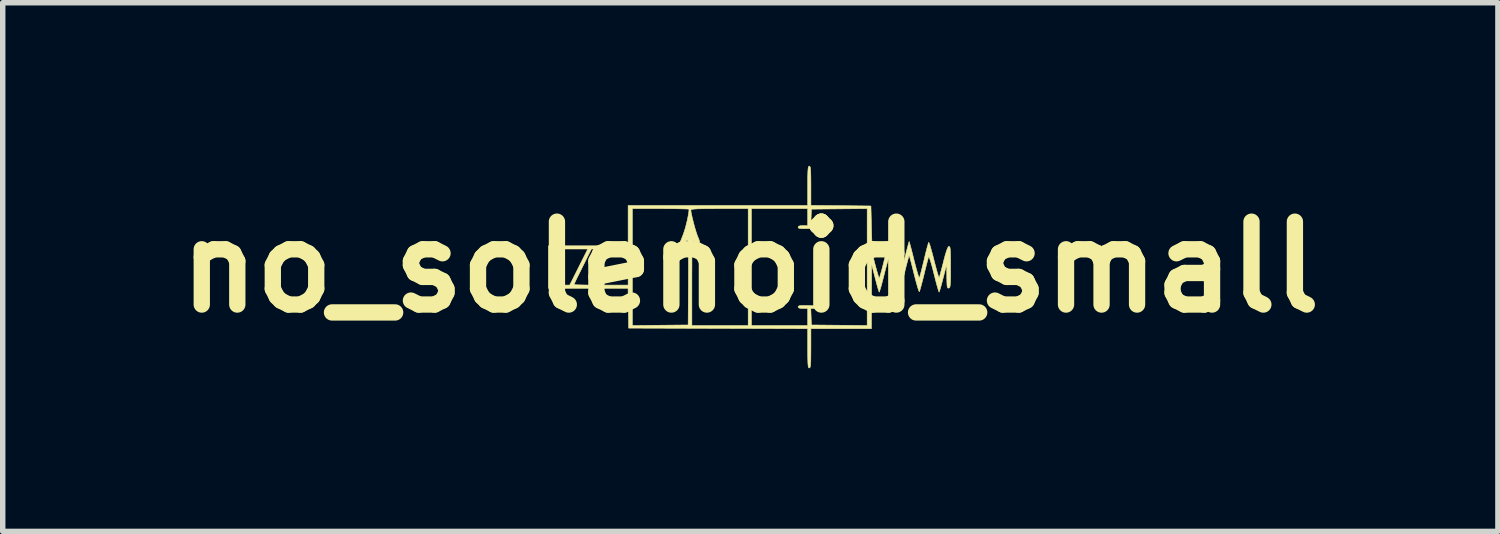
<source format=kicad_pcb>
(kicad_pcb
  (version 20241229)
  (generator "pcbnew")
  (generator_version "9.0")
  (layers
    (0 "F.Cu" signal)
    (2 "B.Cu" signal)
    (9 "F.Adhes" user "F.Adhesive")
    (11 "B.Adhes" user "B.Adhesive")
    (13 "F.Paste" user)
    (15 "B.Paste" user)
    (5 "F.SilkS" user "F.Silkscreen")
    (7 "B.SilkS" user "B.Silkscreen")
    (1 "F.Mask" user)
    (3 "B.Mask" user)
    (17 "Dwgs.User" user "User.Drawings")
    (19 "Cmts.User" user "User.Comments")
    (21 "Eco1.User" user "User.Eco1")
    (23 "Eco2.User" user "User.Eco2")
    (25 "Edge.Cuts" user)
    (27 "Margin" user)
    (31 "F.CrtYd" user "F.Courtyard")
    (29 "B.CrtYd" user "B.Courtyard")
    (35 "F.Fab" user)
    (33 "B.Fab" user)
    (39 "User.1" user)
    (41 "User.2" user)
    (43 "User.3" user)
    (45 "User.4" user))
  (footprint "no_solenoid_small"
    (layer "F.Cu")
    (at 10.748 1.861)
    (property "Reference" "no_solenoid_small" (at 0 0 0) (layer "F.SilkS") (effects (font (size 1.524 1.524) (thickness 0.3))))
    (attr through_hole)
    (fp_poly (pts (xy 1.095 -1.851) (xy 1.103 -1.833) (xy 1.108 -1.797) (xy 1.111 -1.738) (xy 1.113 -1.651) (xy 1.114 -1.532) (xy 1.114 -1.495) (xy 1.114 -1.134) (xy 1.666 -1.129) (xy 2.218 -1.123) (xy 2.229 -0.684) (xy 2.233 -0.538) (xy 2.238 -0.423) (xy 2.243 -0.333) (xy 2.25 -0.259) (xy 2.26 -0.194) (xy 2.273 -0.13) (xy 2.291 -0.06) (xy 2.301 -0.023) (xy 2.325 0.065) (xy 2.346 0.137) (xy 2.362 0.187) (xy 2.369 0.207) (xy 2.377 0.192) (xy 2.391 0.145) (xy 2.412 0.071) (xy 2.437 -0.023) (xy 2.463 -0.127) (xy 2.49 -0.234) (xy 2.516 -0.325) (xy 2.537 -0.394) (xy 2.553 -0.436) (xy 2.561 -0.445) (xy 2.57 -0.418) (xy 2.586 -0.361) (xy 2.607 -0.279) (xy 2.632 -0.181) (xy 2.647 -0.117) (xy 2.673 -0.013) (xy 2.697 0.077) (xy 2.716 0.147) (xy 2.729 0.19) (xy 2.734 0.2) (xy 2.742 0.187) (xy 2.758 0.141) (xy 2.779 0.069) (xy 2.805 -0.025) (xy 2.831 -0.127) (xy 2.858 -0.236) (xy 2.882 -0.331) (xy 2.902 -0.405) (xy 2.915 -0.453) (xy 2.921 -0.469) (xy 2.927 -0.451) (xy 2.941 -0.401) (xy 2.961 -0.325) (xy 2.986 -0.229) (xy 3.011 -0.127) (xy 3.039 -0.019) (xy 3.064 0.073) (xy 3.085 0.144) (xy 3.1 0.188) (xy 3.108 0.2) (xy 3.116 0.177) (xy 3.131 0.123) (xy 3.152 0.043) (xy 3.176 -0.054) (xy 3.194 -0.127) (xy 3.219 -0.233) (xy 3.242 -0.325) (xy 3.262 -0.397) (xy 3.275 -0.442) (xy 3.28 -0.454) (xy 3.289 -0.441) (xy 3.305 -0.395) (xy 3.326 -0.322) (xy 3.352 -0.229) (xy 3.379 -0.122) (xy 3.407 -0.014) (xy 3.432 0.077) (xy 3.452 0.145) (xy 3.467 0.187) (xy 3.474 0.196) (xy 3.474 0.196) (xy 3.483 0.167) (xy 3.498 0.109) (xy 3.52 0.027) (xy 3.545 -0.069) (xy 3.554 -0.107) (xy 3.585 -0.224) (xy 3.611 -0.306) (xy 3.631 -0.356) (xy 3.648 -0.379) (xy 3.654 -0.381) (xy 3.664 -0.376) (xy 3.672 -0.359) (xy 3.677 -0.323) (xy 3.68 -0.266) (xy 3.682 -0.18) (xy 3.683 -0.063) (xy 3.683 -0.000267) (xy 3.683 0.131) (xy 3.682 0.229) (xy 3.679 0.298) (xy 3.675 0.343) (xy 3.669 0.369) (xy 3.66 0.382) (xy 3.649 0.387) (xy 3.634 0.386) (xy 3.624 0.374) (xy 3.618 0.342) (xy 3.615 0.286) (xy 3.613 0.199) (xy 3.613 0.172) (xy 3.611 -0.049) (xy 3.546 0.202) (xy 3.522 0.295) (xy 3.5 0.374) (xy 3.483 0.431) (xy 3.473 0.46) (xy 3.472 0.461) (xy 3.465 0.446) (xy 3.45 0.399) (xy 3.429 0.326) (xy 3.404 0.231) (xy 3.378 0.128) (xy 3.351 0.021) (xy 3.326 -0.07) (xy 3.304 -0.139) (xy 3.289 -0.181) (xy 3.281 -0.19) (xy 3.272 -0.164) (xy 3.256 -0.106) (xy 3.235 -0.025) (xy 3.21 0.073) (xy 3.195 0.137) (xy 3.169 0.241) (xy 3.145 0.331) (xy 3.126 0.401) (xy 3.113 0.444) (xy 3.108 0.454) (xy 3.1 0.441) (xy 3.084 0.395) (xy 3.063 0.323) (xy 3.037 0.229) (xy 3.011 0.127) (xy 2.984 0.018) (xy 2.96 -0.077) (xy 2.94 -0.151) (xy 2.927 -0.199) (xy 2.921 -0.215) (xy 2.915 -0.197) (xy 2.901 -0.147) (xy 2.881 -0.071) (xy 2.856 0.025) (xy 2.831 0.127) (xy 2.803 0.235) (xy 2.778 0.327) (xy 2.757 0.398) (xy 2.742 0.442) (xy 2.734 0.454) (xy 2.725 0.431) (xy 2.709 0.377) (xy 2.688 0.298) (xy 2.663 0.202) (xy 2.647 0.137) (xy 2.621 0.032) (xy 2.598 -0.06) (xy 2.579 -0.133) (xy 2.565 -0.179) (xy 2.561 -0.19) (xy 2.553 -0.18) (xy 2.537 -0.137) (xy 2.516 -0.068) (xy 2.49 0.024) (xy 2.464 0.128) (xy 2.436 0.237) (xy 2.412 0.33) (xy 2.391 0.402) (xy 2.376 0.448) (xy 2.37 0.461) (xy 2.362 0.44) (xy 2.346 0.388) (xy 2.325 0.313) (xy 2.301 0.222) (xy 2.296 0.202) (xy 2.231 -0.049) (xy 2.229 0.542) (xy 2.227 1.133) (xy 1.114 1.133) (xy 1.114 1.495) (xy 1.113 1.624) (xy 1.112 1.719) (xy 1.109 1.784) (xy 1.104 1.826) (xy 1.097 1.848) (xy 1.087 1.856) (xy 1.084 1.856) (xy 1.074 1.851) (xy 1.066 1.833) (xy 1.061 1.797) (xy 1.058 1.738) (xy 1.056 1.651) (xy 1.055 1.532) (xy 1.055 1.495) (xy 1.055 1.133) (xy -0.591 1.128) (xy -2.237 1.123) (xy -2.248 0.391) (xy -3.712 0.391) (xy -3.712 -0.332) (xy -3.634 -0.332) (xy -3.634 0.332) (xy -3.322 0.332) (xy -3.317 0.323) (xy -3.243 0.323) (xy -3.225 0.325) (xy -3.172 0.327) (xy -3.091 0.329) (xy -2.986 0.331) (xy -2.863 0.332) (xy -2.745 0.332) (xy -2.247 0.332) (xy -2.247 -0.332) (xy -2.922 -0.332) (xy -3.082 -0.01) (xy -3.133 0.093) (xy -3.178 0.183) (xy -3.213 0.255) (xy -3.235 0.304) (xy -3.243 0.323) (xy -3.317 0.323) (xy -2.989 -0.332) (xy -3.634 -0.332) (xy -3.712 -0.332) (xy -3.712 -0.391) (xy -2.247 -0.391) (xy -2.247 -1.075) (xy -2.169 -1.075) (xy -2.169 1.075) (xy -1.143 1.065) (xy -1.138 0.288) (xy -1.137 0.118) (xy -1.137 -0.039) (xy -1.138 -0.179) (xy -1.139 -0.298) (xy -1.141 -0.391) (xy -1.144 -0.456) (xy -1.147 -0.486) (xy -1.148 -0.488) (xy -1.175 -0.484) (xy -1.222 -0.471) (xy -1.228 -0.47) (xy -1.27 -0.46) (xy -1.284 -0.465) (xy -1.279 -0.484) (xy -1.231 -0.607) (xy -1.194 -0.722) (xy -1.162 -0.85) (xy -1.157 -0.873) (xy -1.141 -0.952) (xy -1.131 -1.016) (xy -1.128 -1.05) (xy -1.094 -1.05) (xy -1.088 -1.001) (xy -1.072 -0.926) (xy -1.05 -0.836) (xy -1.025 -0.741) (xy -0.999 -0.653) (xy -0.975 -0.582) (xy -0.97 -0.569) (xy -0.943 -0.503) (xy -0.933 -0.468) (xy -0.945 -0.457) (xy -0.983 -0.465) (xy -1.036 -0.48) (xy -1.045 -0.482) (xy -1.053 -0.479) (xy -1.06 -0.469) (xy -1.065 -0.446) (xy -1.068 -0.409) (xy -1.071 -0.353) (xy -1.073 -0.275) (xy -1.074 -0.172) (xy -1.074 -0.039) (xy -1.075 0.127) (xy -1.075 0.292) (xy -1.075 1.075) (xy -0.039 1.075) (xy -0.039 -1.075) (xy 0.02 -1.075) (xy 0.02 1.075) (xy 1.055 1.075) (xy 1.055 0.762) (xy 0.967 0.762) (xy 0.91 0.758) (xy 0.883 0.746) (xy 0.879 0.732) (xy 0.885 0.719) (xy 0.905 0.71) (xy 0.947 0.706) (xy 1.017 0.706) (xy 1.084 0.708) (xy 1.175 0.712) (xy 1.242 0.72) (xy 1.282 0.73) (xy 1.293 0.74) (xy 1.271 0.75) (xy 1.214 0.757) (xy 1.201 0.758) (xy 1.112 0.764) (xy 1.118 0.915) (xy 1.123 1.065) (xy 1.636 1.07) (xy 2.149 1.075) (xy 2.149 -1.075) (xy 1.636 -1.07) (xy 1.123 -1.065) (xy 1.118 -0.915) (xy 1.112 -0.764) (xy 1.206 -0.758) (xy 1.269 -0.751) (xy 1.296 -0.742) (xy 1.291 -0.732) (xy 1.255 -0.722) (xy 1.193 -0.714) (xy 1.108 -0.708) (xy 1.084 -0.708) (xy 0.991 -0.706) (xy 0.931 -0.707) (xy 0.897 -0.712) (xy 0.882 -0.722) (xy 0.879 -0.732) (xy 0.89 -0.752) (xy 0.927 -0.761) (xy 0.967 -0.762) (xy 1.055 -0.762) (xy 1.055 -1.075) (xy 0.02 -1.075) (xy -0.039 -1.075) (xy -0.567 -1.075) (xy -0.731 -1.074) (xy -0.86 -1.073) (xy -0.957 -1.071) (xy -1.026 -1.067) (xy -1.069 -1.062) (xy -1.09 -1.056) (xy -1.094 -1.05) (xy -1.128 -1.05) (xy -1.128 -1.056) (xy -1.129 -1.064) (xy -1.151 -1.067) (xy -1.206 -1.069) (xy -1.29 -1.071) (xy -1.398 -1.073) (xy -1.523 -1.074) (xy -1.654 -1.075) (xy -2.169 -1.075) (xy -2.247 -1.075) (xy -2.247 -1.133) (xy 1.055 -1.133) (xy 1.055 -1.495) (xy 1.055 -1.624) (xy 1.057 -1.719) (xy 1.06 -1.784) (xy 1.065 -1.826) (xy 1.072 -1.848) (xy 1.081 -1.856) (xy 1.084 -1.856) (xy 1.095 -1.851)) (stroke (width 0.01) (type solid)) (fill yes) (layer "F.SilkS")))
  (gr_rect
    (start -3 -3)
    (end 24.496 6.722)
    (stroke (width 0.1) (type default))
    (fill no)
    (layer "Edge.Cuts")))
</source>
